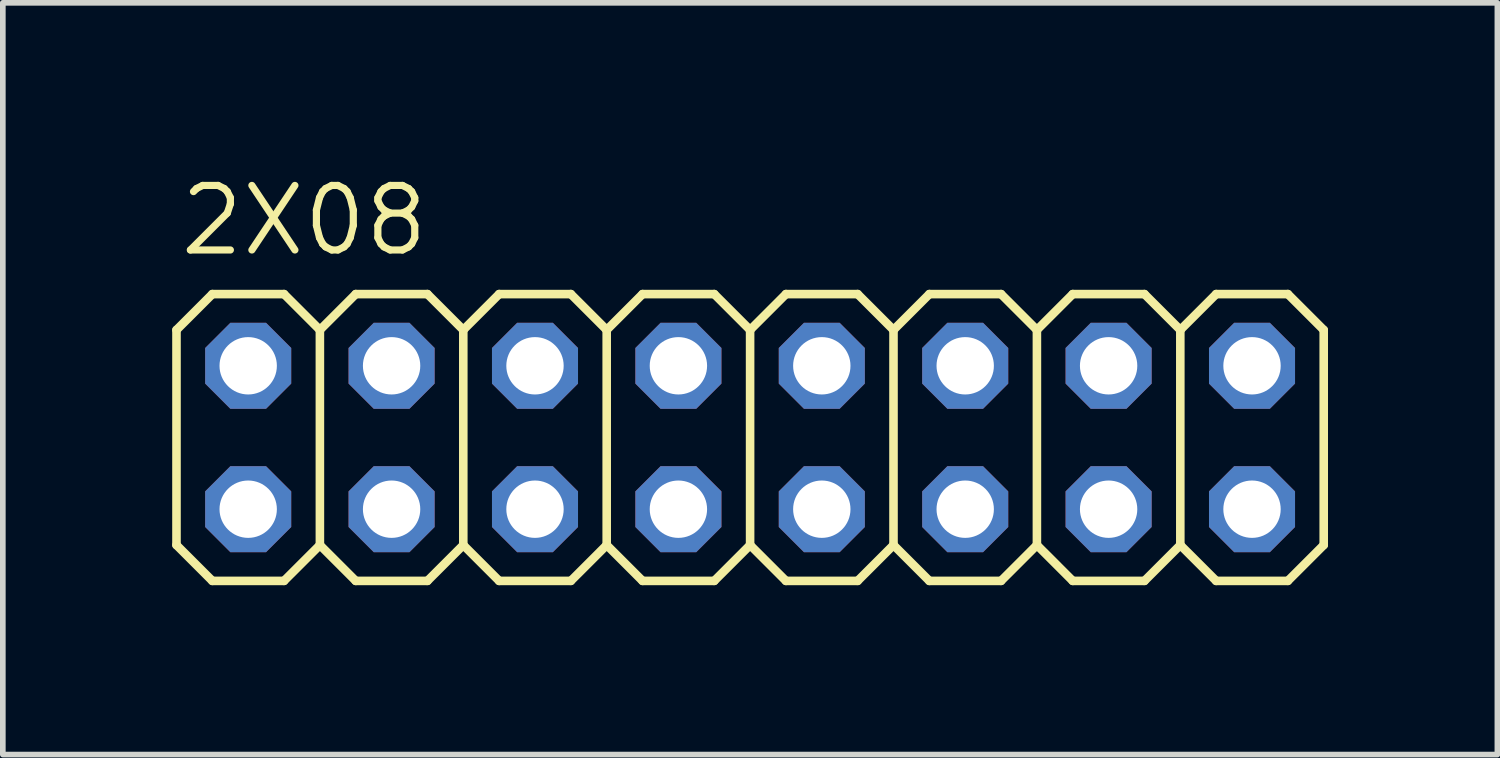
<source format=kicad_pcb>
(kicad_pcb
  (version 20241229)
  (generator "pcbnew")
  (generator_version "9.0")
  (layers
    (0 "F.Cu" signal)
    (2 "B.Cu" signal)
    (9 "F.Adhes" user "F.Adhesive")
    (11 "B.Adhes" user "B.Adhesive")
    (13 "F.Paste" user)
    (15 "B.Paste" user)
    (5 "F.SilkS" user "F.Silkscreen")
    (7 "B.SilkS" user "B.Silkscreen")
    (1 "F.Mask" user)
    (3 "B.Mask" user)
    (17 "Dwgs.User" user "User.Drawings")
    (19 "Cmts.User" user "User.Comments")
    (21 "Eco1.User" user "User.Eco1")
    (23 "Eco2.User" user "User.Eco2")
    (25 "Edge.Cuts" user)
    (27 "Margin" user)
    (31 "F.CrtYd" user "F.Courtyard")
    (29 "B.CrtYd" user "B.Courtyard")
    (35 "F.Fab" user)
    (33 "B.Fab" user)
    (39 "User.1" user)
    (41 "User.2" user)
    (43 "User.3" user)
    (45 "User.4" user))
  (footprint "2X08"
    (layer "F.Cu")
    (at 10.236 4.699)
    (property "Reference" "2X08" (at -10.16 -3.175 0) (layer "F.SilkS") (effects (font (size 1.143 1.143) (thickness 0.127)) (justify left bottom)))
    (fp_line (start -10.16 -1.905) (end -9.525 -2.54) (stroke (width 0.152) (type solid)) (layer "F.SilkS"))
    (fp_line (start -10.16 1.905) (end -10.16 -1.905) (stroke (width 0.152) (type solid)) (layer "F.SilkS"))
    (fp_line (start -10.16 1.905) (end -9.525 2.54) (stroke (width 0.152) (type solid)) (layer "F.SilkS"))
    (fp_line (start -9.525 -2.54) (end -8.255 -2.54) (stroke (width 0.152) (type solid)) (layer "F.SilkS"))
    (fp_line (start -9.525 2.54) (end -8.255 2.54) (stroke (width 0.152) (type solid)) (layer "F.SilkS"))
    (fp_line (start -8.255 -2.54) (end -7.62 -1.905) (stroke (width 0.152) (type solid)) (layer "F.SilkS"))
    (fp_line (start -8.255 2.54) (end -7.62 1.905) (stroke (width 0.152) (type solid)) (layer "F.SilkS"))
    (fp_line (start -7.62 -1.905) (end -7.62 1.905) (stroke (width 0.152) (type solid)) (layer "F.SilkS"))
    (fp_line (start -7.62 -1.905) (end -6.985 -2.54) (stroke (width 0.152) (type solid)) (layer "F.SilkS"))
    (fp_line (start -7.62 1.905) (end -6.985 2.54) (stroke (width 0.152) (type solid)) (layer "F.SilkS"))
    (fp_line (start -6.985 -2.54) (end -5.715 -2.54) (stroke (width 0.152) (type solid)) (layer "F.SilkS"))
    (fp_line (start -6.985 2.54) (end -5.715 2.54) (stroke (width 0.152) (type solid)) (layer "F.SilkS"))
    (fp_line (start -5.715 -2.54) (end -5.08 -1.905) (stroke (width 0.152) (type solid)) (layer "F.SilkS"))
    (fp_line (start -5.715 2.54) (end -5.08 1.905) (stroke (width 0.152) (type solid)) (layer "F.SilkS"))
    (fp_line (start -5.08 -1.905) (end -5.08 1.905) (stroke (width 0.152) (type solid)) (layer "F.SilkS"))
    (fp_line (start -5.08 -1.905) (end -4.445 -2.54) (stroke (width 0.152) (type solid)) (layer "F.SilkS"))
    (fp_line (start -5.08 1.905) (end -4.445 2.54) (stroke (width 0.152) (type solid)) (layer "F.SilkS"))
    (fp_line (start -4.445 -2.54) (end -3.175 -2.54) (stroke (width 0.152) (type solid)) (layer "F.SilkS"))
    (fp_line (start -4.445 2.54) (end -3.175 2.54) (stroke (width 0.152) (type solid)) (layer "F.SilkS"))
    (fp_line (start -3.175 -2.54) (end -2.54 -1.905) (stroke (width 0.152) (type solid)) (layer "F.SilkS"))
    (fp_line (start -3.175 2.54) (end -2.54 1.905) (stroke (width 0.152) (type solid)) (layer "F.SilkS"))
    (fp_line (start -2.54 -1.905) (end -2.54 1.905) (stroke (width 0.152) (type solid)) (layer "F.SilkS"))
    (fp_line (start -2.54 -1.905) (end -1.905 -2.54) (stroke (width 0.152) (type solid)) (layer "F.SilkS"))
    (fp_line (start -2.54 1.905) (end -1.905 2.54) (stroke (width 0.152) (type solid)) (layer "F.SilkS"))
    (fp_line (start -1.905 -2.54) (end -0.635 -2.54) (stroke (width 0.152) (type solid)) (layer "F.SilkS"))
    (fp_line (start -1.905 2.54) (end -0.635 2.54) (stroke (width 0.152) (type solid)) (layer "F.SilkS"))
    (fp_line (start -0.635 -2.54) (end 0 -1.905) (stroke (width 0.152) (type solid)) (layer "F.SilkS"))
    (fp_line (start -0.635 2.54) (end 0 1.905) (stroke (width 0.152) (type solid)) (layer "F.SilkS"))
    (fp_line (start 0 -1.905) (end 0 1.905) (stroke (width 0.152) (type solid)) (layer "F.SilkS"))
    (fp_line (start 0 -1.905) (end 0.635 -2.54) (stroke (width 0.152) (type solid)) (layer "F.SilkS"))
    (fp_line (start 0 1.905) (end 0.635 2.54) (stroke (width 0.152) (type solid)) (layer "F.SilkS"))
    (fp_line (start 0.635 -2.54) (end 1.905 -2.54) (stroke (width 0.152) (type solid)) (layer "F.SilkS"))
    (fp_line (start 0.635 2.54) (end 1.905 2.54) (stroke (width 0.152) (type solid)) (layer "F.SilkS"))
    (fp_line (start 1.905 -2.54) (end 2.54 -1.905) (stroke (width 0.152) (type solid)) (layer "F.SilkS"))
    (fp_line (start 1.905 2.54) (end 2.54 1.905) (stroke (width 0.152) (type solid)) (layer "F.SilkS"))
    (fp_line (start 2.54 -1.905) (end 2.54 1.905) (stroke (width 0.152) (type solid)) (layer "F.SilkS"))
    (fp_line (start 2.54 -1.905) (end 3.175 -2.54) (stroke (width 0.152) (type solid)) (layer "F.SilkS"))
    (fp_line (start 2.54 1.905) (end 3.175 2.54) (stroke (width 0.152) (type solid)) (layer "F.SilkS"))
    (fp_line (start 3.175 -2.54) (end 4.445 -2.54) (stroke (width 0.152) (type solid)) (layer "F.SilkS"))
    (fp_line (start 3.175 2.54) (end 4.445 2.54) (stroke (width 0.152) (type solid)) (layer "F.SilkS"))
    (fp_line (start 4.445 -2.54) (end 5.08 -1.905) (stroke (width 0.152) (type solid)) (layer "F.SilkS"))
    (fp_line (start 4.445 2.54) (end 5.08 1.905) (stroke (width 0.152) (type solid)) (layer "F.SilkS"))
    (fp_line (start 5.08 -1.905) (end 5.08 1.905) (stroke (width 0.152) (type solid)) (layer "F.SilkS"))
    (fp_line (start 5.08 -1.905) (end 5.715 -2.54) (stroke (width 0.152) (type solid)) (layer "F.SilkS"))
    (fp_line (start 5.08 1.905) (end 5.715 2.54) (stroke (width 0.152) (type solid)) (layer "F.SilkS"))
    (fp_line (start 5.715 -2.54) (end 6.985 -2.54) (stroke (width 0.152) (type solid)) (layer "F.SilkS"))
    (fp_line (start 5.715 2.54) (end 6.985 2.54) (stroke (width 0.152) (type solid)) (layer "F.SilkS"))
    (fp_line (start 6.985 -2.54) (end 7.62 -1.905) (stroke (width 0.152) (type solid)) (layer "F.SilkS"))
    (fp_line (start 7.62 -1.905) (end 7.62 1.905) (stroke (width 0.152) (type solid)) (layer "F.SilkS"))
    (fp_line (start 7.62 -1.905) (end 8.255 -2.54) (stroke (width 0.152) (type solid)) (layer "F.SilkS"))
    (fp_line (start 7.62 1.905) (end 6.985 2.54) (stroke (width 0.152) (type solid)) (layer "F.SilkS"))
    (fp_line (start 7.62 1.905) (end 8.255 2.54) (stroke (width 0.152) (type solid)) (layer "F.SilkS"))
    (fp_line (start 8.255 -2.54) (end 9.525 -2.54) (stroke (width 0.152) (type solid)) (layer "F.SilkS"))
    (fp_line (start 8.255 2.54) (end 9.525 2.54) (stroke (width 0.152) (type solid)) (layer "F.SilkS"))
    (fp_line (start 9.525 -2.54) (end 10.16 -1.905) (stroke (width 0.152) (type solid)) (layer "F.SilkS"))
    (fp_line (start 10.16 -1.905) (end 10.16 1.905) (stroke (width 0.152) (type solid)) (layer "F.SilkS"))
    (fp_line (start 10.16 1.905) (end 9.525 2.54) (stroke (width 0.152) (type solid)) (layer "F.SilkS"))
    (fp_poly (pts (xy -9.144 -1.016) (xy -8.636 -1.016) (xy -8.636 -1.524) (xy -9.144 -1.524)) (stroke (width 0.1) (type default)) (fill no) (layer "F.Fab"))
    (fp_poly (pts (xy -9.144 1.524) (xy -8.636 1.524) (xy -8.636 1.016) (xy -9.144 1.016)) (stroke (width 0.1) (type default)) (fill no) (layer "F.Fab"))
    (fp_poly (pts (xy -6.604 -1.016) (xy -6.096 -1.016) (xy -6.096 -1.524) (xy -6.604 -1.524)) (stroke (width 0.1) (type default)) (fill no) (layer "F.Fab"))
    (fp_poly (pts (xy -6.604 1.524) (xy -6.096 1.524) (xy -6.096 1.016) (xy -6.604 1.016)) (stroke (width 0.1) (type default)) (fill no) (layer "F.Fab"))
    (fp_poly (pts (xy -4.064 -1.016) (xy -3.556 -1.016) (xy -3.556 -1.524) (xy -4.064 -1.524)) (stroke (width 0.1) (type default)) (fill no) (layer "F.Fab"))
    (fp_poly (pts (xy -4.064 1.524) (xy -3.556 1.524) (xy -3.556 1.016) (xy -4.064 1.016)) (stroke (width 0.1) (type default)) (fill no) (layer "F.Fab"))
    (fp_poly (pts (xy -1.524 -1.016) (xy -1.016 -1.016) (xy -1.016 -1.524) (xy -1.524 -1.524)) (stroke (width 0.1) (type default)) (fill no) (layer "F.Fab"))
    (fp_poly (pts (xy -1.524 1.524) (xy -1.016 1.524) (xy -1.016 1.016) (xy -1.524 1.016)) (stroke (width 0.1) (type default)) (fill no) (layer "F.Fab"))
    (fp_poly (pts (xy 1.016 -1.016) (xy 1.524 -1.016) (xy 1.524 -1.524) (xy 1.016 -1.524)) (stroke (width 0.1) (type default)) (fill no) (layer "F.Fab"))
    (fp_poly (pts (xy 1.016 1.524) (xy 1.524 1.524) (xy 1.524 1.016) (xy 1.016 1.016)) (stroke (width 0.1) (type default)) (fill no) (layer "F.Fab"))
    (fp_poly (pts (xy 3.556 -1.016) (xy 4.064 -1.016) (xy 4.064 -1.524) (xy 3.556 -1.524)) (stroke (width 0.1) (type default)) (fill no) (layer "F.Fab"))
    (fp_poly (pts (xy 3.556 1.524) (xy 4.064 1.524) (xy 4.064 1.016) (xy 3.556 1.016)) (stroke (width 0.1) (type default)) (fill no) (layer "F.Fab"))
    (fp_poly (pts (xy 6.096 -1.016) (xy 6.604 -1.016) (xy 6.604 -1.524) (xy 6.096 -1.524)) (stroke (width 0.1) (type default)) (fill no) (layer "F.Fab"))
    (fp_poly (pts (xy 6.096 1.524) (xy 6.604 1.524) (xy 6.604 1.016) (xy 6.096 1.016)) (stroke (width 0.1) (type default)) (fill no) (layer "F.Fab"))
    (fp_poly (pts (xy 8.636 -1.016) (xy 9.144 -1.016) (xy 9.144 -1.524) (xy 8.636 -1.524)) (stroke (width 0.1) (type default)) (fill no) (layer "F.Fab"))
    (fp_poly (pts (xy 8.636 1.524) (xy 9.144 1.524) (xy 9.144 1.016) (xy 8.636 1.016)) (stroke (width 0.1) (type default)) (fill no) (layer "F.Fab"))
    (pad "1" thru_hole roundrect (at -8.89 1.27) (size 1.524 1.524) (drill 1.016) (layers "*.Cu" "*.Mask") (roundrect_rratio 0.25) (chamfer_ratio 0.293) (chamfer top_left top_right bottom_left bottom_right))
    (pad "2" thru_hole roundrect (at -8.89 -1.27) (size 1.524 1.524) (drill 1.016) (layers "*.Cu" "*.Mask") (roundrect_rratio 0.25) (chamfer_ratio 0.293) (chamfer top_left top_right bottom_left bottom_right))
    (pad "3" thru_hole roundrect (at -6.35 1.27) (size 1.524 1.524) (drill 1.016) (layers "*.Cu" "*.Mask") (roundrect_rratio 0.25) (chamfer_ratio 0.293) (chamfer top_left top_right bottom_left bottom_right))
    (pad "4" thru_hole roundrect (at -6.35 -1.27) (size 1.524 1.524) (drill 1.016) (layers "*.Cu" "*.Mask") (roundrect_rratio 0.25) (chamfer_ratio 0.293) (chamfer top_left top_right bottom_left bottom_right))
    (pad "5" thru_hole roundrect (at -3.81 1.27) (size 1.524 1.524) (drill 1.016) (layers "*.Cu" "*.Mask") (roundrect_rratio 0.25) (chamfer_ratio 0.293) (chamfer top_left top_right bottom_left bottom_right))
    (pad "6" thru_hole roundrect (at -3.81 -1.27) (size 1.524 1.524) (drill 1.016) (layers "*.Cu" "*.Mask") (roundrect_rratio 0.25) (chamfer_ratio 0.293) (chamfer top_left top_right bottom_left bottom_right))
    (pad "7" thru_hole roundrect (at -1.27 1.27) (size 1.524 1.524) (drill 1.016) (layers "*.Cu" "*.Mask") (roundrect_rratio 0.25) (chamfer_ratio 0.293) (chamfer top_left top_right bottom_left bottom_right))
    (pad "8" thru_hole roundrect (at -1.27 -1.27) (size 1.524 1.524) (drill 1.016) (layers "*.Cu" "*.Mask") (roundrect_rratio 0.25) (chamfer_ratio 0.293) (chamfer top_left top_right bottom_left bottom_right))
    (pad "9" thru_hole roundrect (at 1.27 1.27) (size 1.524 1.524) (drill 1.016) (layers "*.Cu" "*.Mask") (roundrect_rratio 0.25) (chamfer_ratio 0.293) (chamfer top_left top_right bottom_left bottom_right))
    (pad "10" thru_hole roundrect (at 1.27 -1.27) (size 1.524 1.524) (drill 1.016) (layers "*.Cu" "*.Mask") (roundrect_rratio 0.25) (chamfer_ratio 0.293) (chamfer top_left top_right bottom_left bottom_right))
    (pad "11" thru_hole roundrect (at 3.81 1.27) (size 1.524 1.524) (drill 1.016) (layers "*.Cu" "*.Mask") (roundrect_rratio 0.25) (chamfer_ratio 0.293) (chamfer top_left top_right bottom_left bottom_right))
    (pad "12" thru_hole roundrect (at 3.81 -1.27) (size 1.524 1.524) (drill 1.016) (layers "*.Cu" "*.Mask") (roundrect_rratio 0.25) (chamfer_ratio 0.293) (chamfer top_left top_right bottom_left bottom_right))
    (pad "13" thru_hole roundrect (at 6.35 1.27) (size 1.524 1.524) (drill 1.016) (layers "*.Cu" "*.Mask") (roundrect_rratio 0.25) (chamfer_ratio 0.293) (chamfer top_left top_right bottom_left bottom_right))
    (pad "14" thru_hole roundrect (at 6.35 -1.27) (size 1.524 1.524) (drill 1.016) (layers "*.Cu" "*.Mask") (roundrect_rratio 0.25) (chamfer_ratio 0.293) (chamfer top_left top_right bottom_left bottom_right))
    (pad "15" thru_hole roundrect (at 8.89 1.27) (size 1.524 1.524) (drill 1.016) (layers "*.Cu" "*.Mask") (roundrect_rratio 0.25) (chamfer_ratio 0.293) (chamfer top_left top_right bottom_left bottom_right))
    (pad "16" thru_hole roundrect (at 8.89 -1.27) (size 1.524 1.524) (drill 1.016) (layers "*.Cu" "*.Mask") (roundrect_rratio 0.25) (chamfer_ratio 0.293) (chamfer top_left top_right bottom_left bottom_right)))
  (gr_rect
    (start -3 -3)
    (end 23.472 10.315)
    (stroke (width 0.1) (type default))
    (fill no)
    (layer "Edge.Cuts")))
</source>
